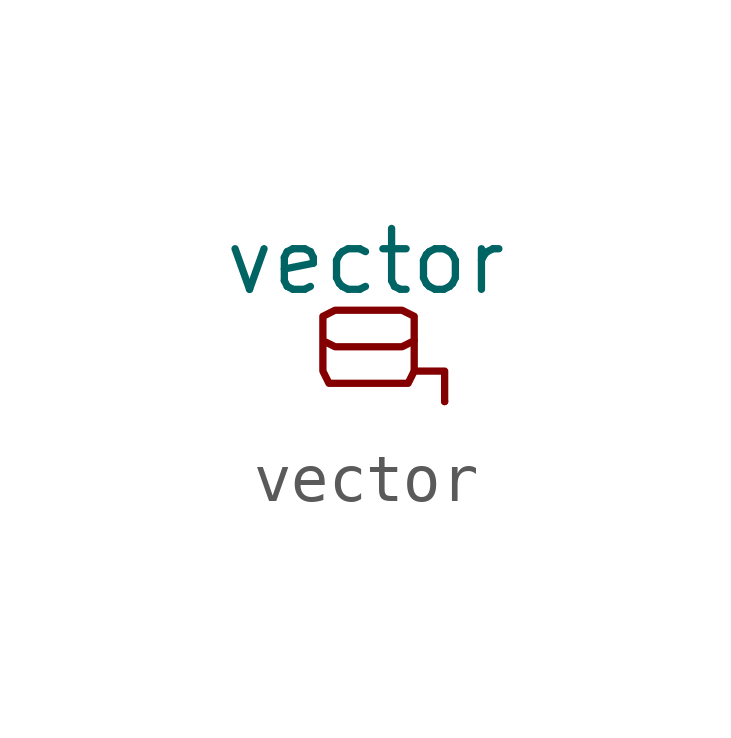
<source format=kicad_sym>
(kicad_symbol_lib
  (version 20231120)
  (generator "kicad_symbol_editor")
  (generator_version "8.0")
  (symbol "vector"
    (pin_names
      (offset 1.016))
    (property "Reference" "U"
      (at 0.508 -0.889 0)
      (effects (font (size 1.27 1.27)) (hide yes)))
    (property "Value" "vector"
      (at 0.889 2.921 0)
      (effects (font (size 1.27 1.27))))
    (symbol "vector_0_1"
      (polyline (pts (xy 1.905 1.27) (xy 1.905 0.635)) (stroke (width 0) (type solid)) (fill (type none)))
      (polyline (pts (xy 2.54 0) (xy 2.54 0.635) (xy 1.905 0.635) (xy 1.778 0.381) (xy 0.127 0.381) (xy 0 0.635) (xy 0 1.27) (xy 0.254 1.143) (xy 1.651 1.143) (xy 1.905 1.27) (xy 1.905 1.778) (xy 1.651 1.905) (xy 0.254 1.905) (xy 0 1.778) (xy 0 1.27)) (stroke (width 0) (type solid)) (fill (type none))))
    (symbol "vector_1_1"
      (pin input line (at 2.54 0 90) (length 0) (name "~" (effects (font (size 1.27 1.27)))) (number "~" (effects (font (size 1.27 1.27))))))))
</source>
